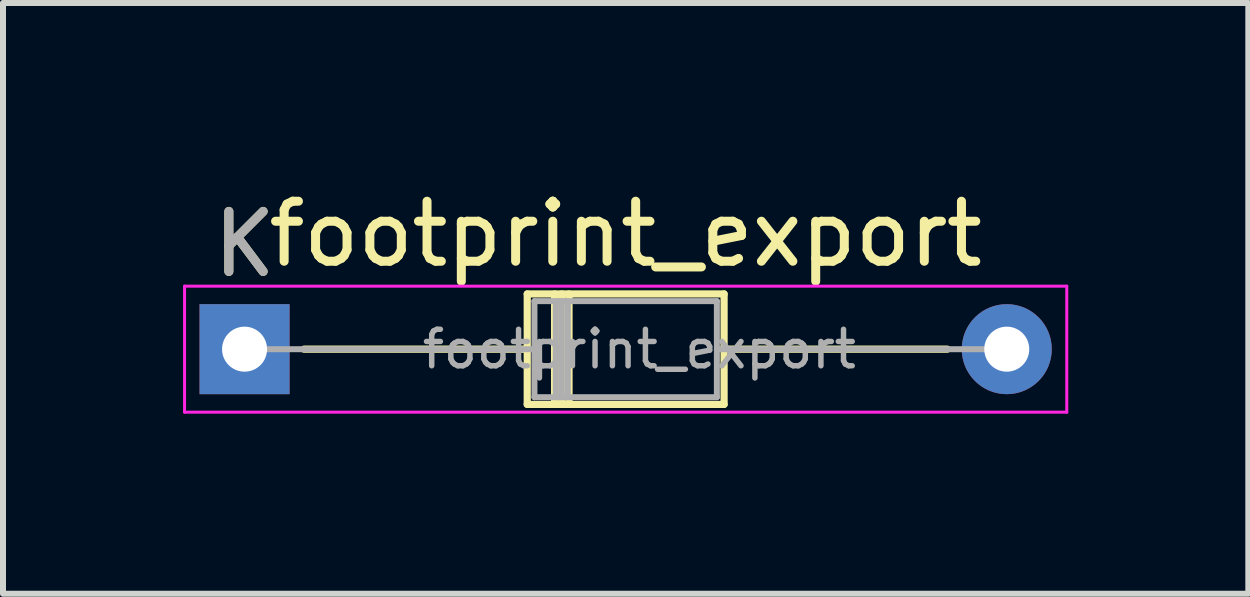
<source format=kicad_pcb>
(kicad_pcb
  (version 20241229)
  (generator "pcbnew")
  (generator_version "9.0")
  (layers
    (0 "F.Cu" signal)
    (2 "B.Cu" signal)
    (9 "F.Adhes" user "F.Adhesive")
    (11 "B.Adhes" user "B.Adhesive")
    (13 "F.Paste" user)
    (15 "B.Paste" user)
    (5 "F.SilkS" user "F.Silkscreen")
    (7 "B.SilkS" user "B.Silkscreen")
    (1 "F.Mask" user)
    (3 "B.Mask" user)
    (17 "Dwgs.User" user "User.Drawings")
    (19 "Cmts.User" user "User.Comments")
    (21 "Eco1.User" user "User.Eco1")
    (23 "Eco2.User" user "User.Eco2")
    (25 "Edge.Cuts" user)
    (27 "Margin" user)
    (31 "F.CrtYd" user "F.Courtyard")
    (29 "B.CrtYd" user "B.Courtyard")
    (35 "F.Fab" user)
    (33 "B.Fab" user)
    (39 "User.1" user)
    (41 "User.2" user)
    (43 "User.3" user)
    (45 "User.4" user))
  (footprint "footprint_export"
    (layer "F.Cu")
    (at 1.025 2.768)
    (property "Reference" "footprint_export" (at 6.35 -1.92 0) (layer "F.SilkS") (effects (font (size 1 1) (thickness 0.15))))
    (attr through_hole)
    (fp_line (start 0.99 0) (end 4.71 0) (stroke (width 0.12) (type solid)) (layer "F.SilkS"))
    (fp_line (start 4.71 -0.92) (end 4.71 0.92) (stroke (width 0.12) (type solid)) (layer "F.SilkS"))
    (fp_line (start 4.71 0.92) (end 7.99 0.92) (stroke (width 0.12) (type solid)) (layer "F.SilkS"))
    (fp_line (start 5.166 -0.92) (end 5.166 0.92) (stroke (width 0.12) (type solid)) (layer "F.SilkS"))
    (fp_line (start 5.286 -0.92) (end 5.286 0.92) (stroke (width 0.12) (type solid)) (layer "F.SilkS"))
    (fp_line (start 5.406 -0.92) (end 5.406 0.92) (stroke (width 0.12) (type solid)) (layer "F.SilkS"))
    (fp_line (start 7.99 -0.92) (end 4.71 -0.92) (stroke (width 0.12) (type solid)) (layer "F.SilkS"))
    (fp_line (start 7.99 0.92) (end 7.99 -0.92) (stroke (width 0.12) (type solid)) (layer "F.SilkS"))
    (fp_line (start 11.71 0) (end 7.99 0) (stroke (width 0.12) (type solid)) (layer "F.SilkS"))
    (fp_line (start -1 -1.05) (end -1 1.05) (stroke (width 0.05) (type solid)) (layer "F.CrtYd"))
    (fp_line (start -1 1.05) (end 13.7 1.05) (stroke (width 0.05) (type solid)) (layer "F.CrtYd"))
    (fp_line (start 13.7 -1.05) (end -1 -1.05) (stroke (width 0.05) (type solid)) (layer "F.CrtYd"))
    (fp_line (start 13.7 1.05) (end 13.7 -1.05) (stroke (width 0.05) (type solid)) (layer "F.CrtYd"))
    (fp_line (start 0 0) (end 4.83 0) (stroke (width 0.1) (type solid)) (layer "F.Fab"))
    (fp_line (start 4.83 -0.8) (end 4.83 0.8) (stroke (width 0.1) (type solid)) (layer "F.Fab"))
    (fp_line (start 4.83 0.8) (end 7.87 0.8) (stroke (width 0.1) (type solid)) (layer "F.Fab"))
    (fp_line (start 5.186 -0.8) (end 5.186 0.8) (stroke (width 0.1) (type solid)) (layer "F.Fab"))
    (fp_line (start 5.286 -0.8) (end 5.286 0.8) (stroke (width 0.1) (type solid)) (layer "F.Fab"))
    (fp_line (start 5.386 -0.8) (end 5.386 0.8) (stroke (width 0.1) (type solid)) (layer "F.Fab"))
    (fp_line (start 7.87 -0.8) (end 4.83 -0.8) (stroke (width 0.1) (type solid)) (layer "F.Fab"))
    (fp_line (start 7.87 0.8) (end 7.87 -0.8) (stroke (width 0.1) (type solid)) (layer "F.Fab"))
    (fp_line (start 12.7 0) (end 7.87 0) (stroke (width 0.1) (type solid)) (layer "F.Fab"))
    (fp_text user "K" (at 0 -1.75 0) (layer "F.SilkS") (effects (font (size 1 1) (thickness 0.15))))
    (fp_text user "K" (at 0 -1.75 0) (layer "F.Fab") (effects (font (size 1 1) (thickness 0.15))))
    (fp_text user "${REFERENCE}" (at 6.578 0 0) (layer "F.Fab") (effects (font (size 0.608 0.608) (thickness 0.091))))
    (pad "1" thru_hole rect (at 0 0) (size 1.5 1.5) (drill 0.75) (layers "*.Cu" "*.Mask"))
    (pad "2" thru_hole oval (at 12.7 0) (size 1.5 1.5) (drill 0.75) (layers "*.Cu" "*.Mask")))
  (gr_rect
    (start -3 -3)
    (end 17.75 6.843)
    (stroke (width 0.1) (type default))
    (fill no)
    (layer "Edge.Cuts")))
</source>
